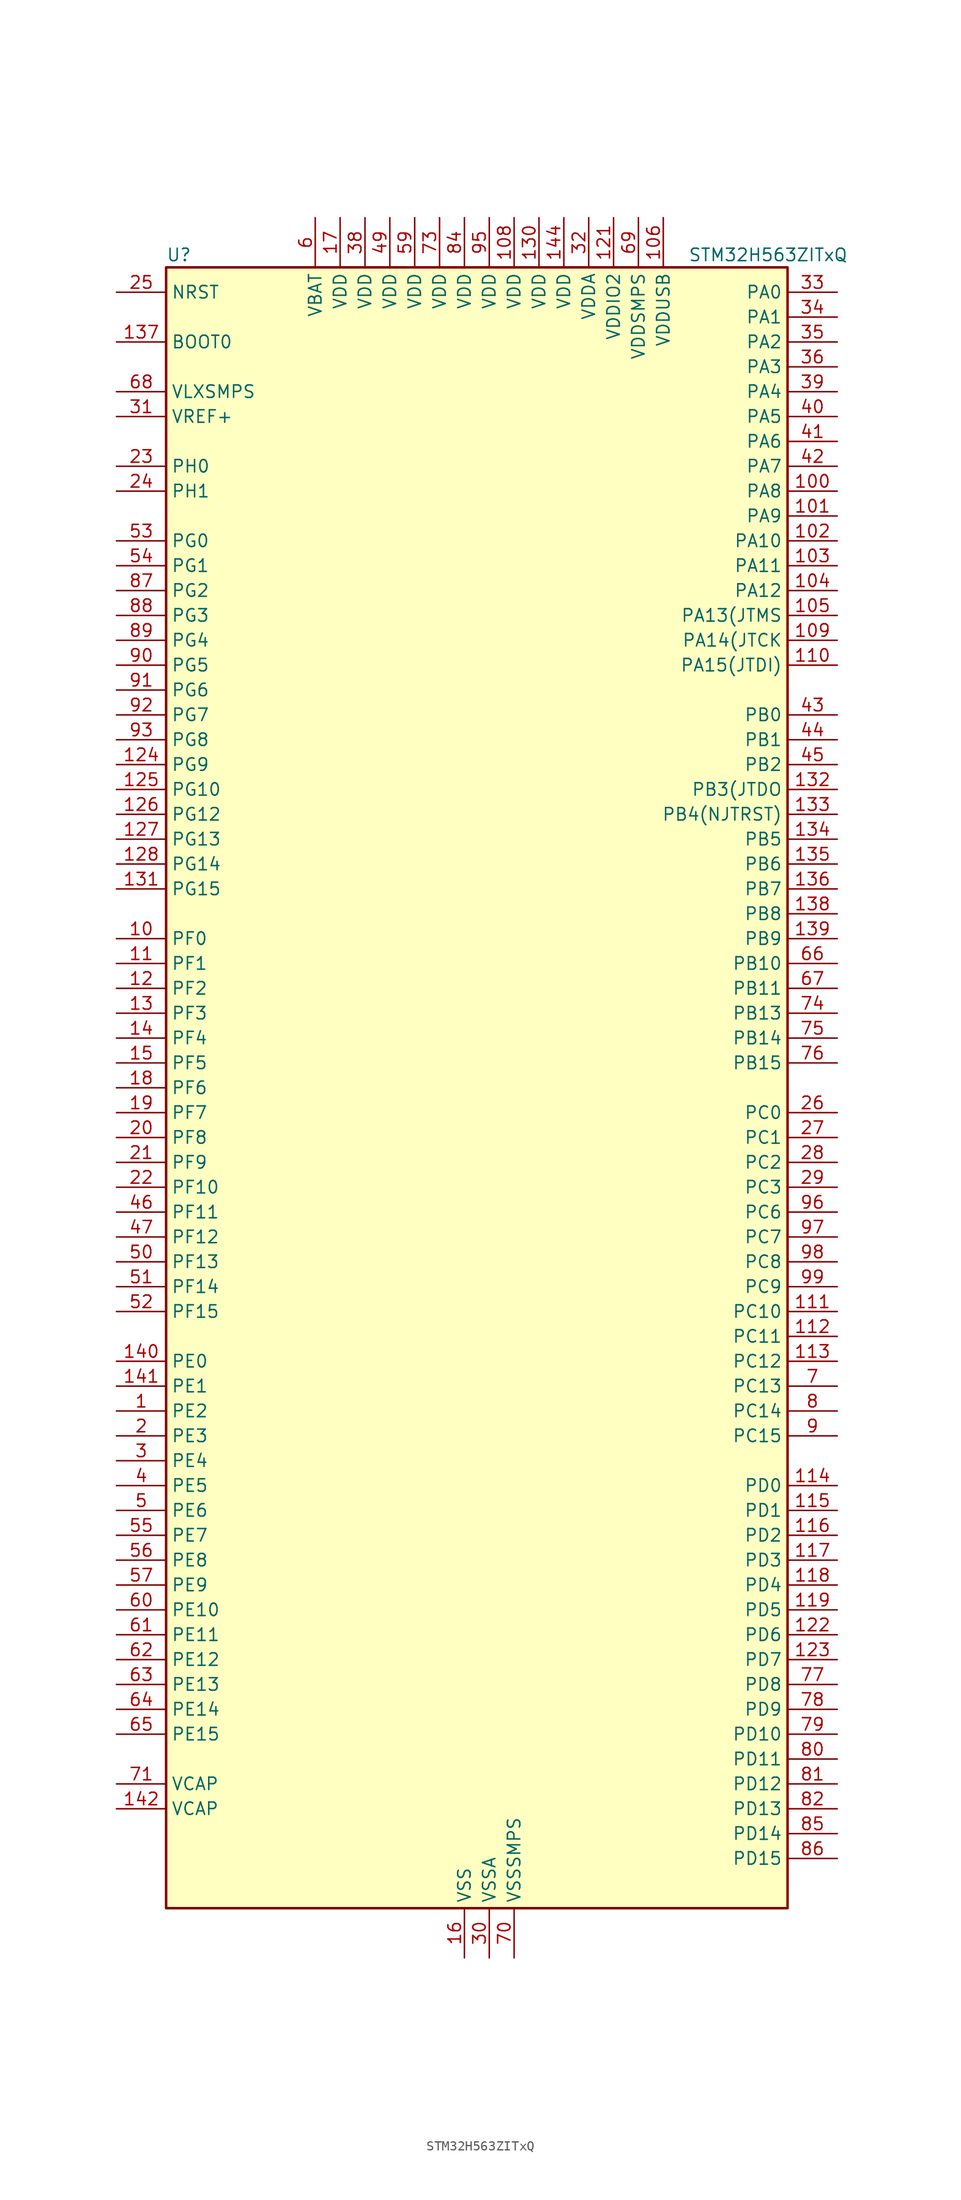
<source format=kicad_sym>
(kicad_symbol_lib
  (version 20231120)
  (generator "kicad_symbol_editor")
  (generator_version "8.0")
  (symbol "STM32H563ZITxQ"
    (property "Reference" "U"
      (at -30.48 85.09 0)
      (effects (font (size 1.27 1.27)) (justify left)))
    (property "Value" "STM32H563ZITxQ"
      (at 22.86 85.09 0)
      (effects (font (size 1.27 1.27)) (justify left)))
    (property "ki_locked" ""
      (at 0 0 0)
      (effects (font (size 1.27 1.27))))
    (symbol "STM32H563ZITxQ_0_1"
      (rectangle (start -30.48 -83.82) (end 33.02 83.82) (stroke (width 0.254) (type default)) (fill (type background))))
    (symbol "STM32H563ZITxQ_1_1"
      (pin bidirectional line (at -35.56 -33.02 0) (length 5.08) (name "PE2" (effects (font (size 1.27 1.27)))) (number "1" (effects (font (size 1.27 1.27)))) (alternate "DCMI_D3" bidirectional line) (alternate "DEBUG_TRACECLK" bidirectional line) (alternate "FMC_A23" bidirectional line) (alternate "LPTIM1_IN2" bidirectional line) (alternate "OCTOSPI1_IO2" bidirectional line) (alternate "PSSI_D3" bidirectional line) (alternate "SAI1_CK1" bidirectional line) (alternate "SAI1_MCLK_A" bidirectional line) (alternate "SPI4_SCK" bidirectional line) (alternate "UART8_TX" bidirectional line) (alternate "USART10_RX" bidirectional line))
      (pin bidirectional line (at -35.56 15.24 0) (length 5.08) (name "PF0" (effects (font (size 1.27 1.27)))) (number "10" (effects (font (size 1.27 1.27)))) (alternate "FMC_A0" bidirectional line) (alternate "I2C2_SDA" bidirectional line) (alternate "LPTIM5_CH1" bidirectional line))
      (pin bidirectional line (at 38.1 60.96 180) (length 5.08) (name "PA8" (effects (font (size 1.27 1.27)))) (number "100" (effects (font (size 1.27 1.27)))) (alternate "DCMI_D3" bidirectional line) (alternate "FMC_NOE" bidirectional line) (alternate "I2C3_SCL" bidirectional line) (alternate "PSSI_D3" bidirectional line) (alternate "RCC_MCO_1" bidirectional line) (alternate "SPI1_RDY" bidirectional line) (alternate "TIM1_CH1" bidirectional line) (alternate "TIM8_BKIN2" bidirectional line) (alternate "UART7_RX" bidirectional line) (alternate "USART1_CK" bidirectional line) (alternate "USB_SOF" bidirectional line))
      (pin bidirectional line (at 38.1 58.42 180) (length 5.08) (name "PA9" (effects (font (size 1.27 1.27)))) (number "101" (effects (font (size 1.27 1.27)))) (alternate "DAC1_EXTI9" bidirectional line) (alternate "DCMI_D0" bidirectional line) (alternate "FMC_NWE" bidirectional line) (alternate "I2C3_SMBA" bidirectional line) (alternate "I2S2_CK" bidirectional line) (alternate "LPUART1_TX" bidirectional line) (alternate "PSSI_D0" bidirectional line) (alternate "SPI2_SCK" bidirectional line) (alternate "TIM1_CH2" bidirectional line) (alternate "UCPD1_DB1" bidirectional line) (alternate "USART1_TX" bidirectional line))
      (pin bidirectional line (at 38.1 55.88 180) (length 5.08) (name "PA10" (effects (font (size 1.27 1.27)))) (number "102" (effects (font (size 1.27 1.27)))) (alternate "DCMI_D1" bidirectional line) (alternate "FDCAN2_TX" bidirectional line) (alternate "LPTIM2_IN2" bidirectional line) (alternate "LPUART1_RX" bidirectional line) (alternate "PSSI_D1" bidirectional line) (alternate "SDMMC1_D0" bidirectional line) (alternate "TIM1_CH3" bidirectional line) (alternate "UCPD1_FRSTX" bidirectional line) (alternate "USART1_RX" bidirectional line))
      (pin bidirectional line (at 38.1 53.34 180) (length 5.08) (name "PA11" (effects (font (size 1.27 1.27)))) (number "103" (effects (font (size 1.27 1.27)))) (alternate "ADC1_EXTI11" bidirectional line) (alternate "ADC2_EXTI11" bidirectional line) (alternate "FDCAN1_RX" bidirectional line) (alternate "I2S2_WS" bidirectional line) (alternate "LPUART1_CTS" bidirectional line) (alternate "SPI2_NSS" bidirectional line) (alternate "TIM1_CH4" bidirectional line) (alternate "UART4_RX" bidirectional line) (alternate "USART1_CTS" bidirectional line) (alternate "USART1_NSS" bidirectional line) (alternate "USB_DM" bidirectional line))
      (pin bidirectional line (at 38.1 50.8 180) (length 5.08) (name "PA12" (effects (font (size 1.27 1.27)))) (number "104" (effects (font (size 1.27 1.27)))) (alternate "FDCAN1_TX" bidirectional line) (alternate "I2S2_CK" bidirectional line) (alternate "LPUART1_RTS" bidirectional line) (alternate "SAI2_FS_B" bidirectional line) (alternate "SPI2_SCK" bidirectional line) (alternate "TIM1_ETR" bidirectional line) (alternate "UART4_TX" bidirectional line) (alternate "USART1_RTS" bidirectional line) (alternate "USB_DP" bidirectional line))
      (pin bidirectional line (at 38.1 48.26 180) (length 5.08) (name "PA13(JTMS" (effects (font (size 1.27 1.27)))) (number "105" (effects (font (size 1.27 1.27)))) (alternate "DEBUG_JTMS-SWDIO" bidirectional line))
      (pin power_in line (at 20.32 88.9 270) (length 5.08) (name "VDDUSB" (effects (font (size 1.27 1.27)))) (number "106" (effects (font (size 1.27 1.27)))))
      (pin passive line (at 0 -88.9 90) (length 5.08) hide (name "VSS" (effects (font (size 1.27 1.27)))) (number "107" (effects (font (size 1.27 1.27)))))
      (pin power_in line (at 5.08 88.9 270) (length 5.08) (name "VDD" (effects (font (size 1.27 1.27)))) (number "108" (effects (font (size 1.27 1.27)))))
      (pin bidirectional line (at 38.1 45.72 180) (length 5.08) (name "PA14(JTCK" (effects (font (size 1.27 1.27)))) (number "109" (effects (font (size 1.27 1.27)))) (alternate "DEBUG_JTCK-SWCLK" bidirectional line))
      (pin bidirectional line (at -35.56 12.7 0) (length 5.08) (name "PF1" (effects (font (size 1.27 1.27)))) (number "11" (effects (font (size 1.27 1.27)))) (alternate "FMC_A1" bidirectional line) (alternate "I2C2_SCL" bidirectional line) (alternate "LPTIM5_CH2" bidirectional line))
      (pin bidirectional line (at 38.1 43.18 180) (length 5.08) (name "PA15(JTDI)" (effects (font (size 1.27 1.27)))) (number "110" (effects (font (size 1.27 1.27)))) (alternate "ADC1_EXTI15" bidirectional line) (alternate "ADC2_EXTI15" bidirectional line) (alternate "CEC" bidirectional line) (alternate "DCMI_D11" bidirectional line) (alternate "DEBUG_JTDI" bidirectional line) (alternate "FMC_NBL1" bidirectional line) (alternate "I2S1_WS" bidirectional line) (alternate "I2S3_WS" bidirectional line) (alternate "LPTIM3_IN2" bidirectional line) (alternate "PSSI_D11" bidirectional line) (alternate "SPI1_NSS" bidirectional line) (alternate "SPI3_NSS" bidirectional line) (alternate "SPI6_NSS" bidirectional line) (alternate "TIM2_CH1" bidirectional line) (alternate "TIM2_ETR" bidirectional line) (alternate "UART4_DE" bidirectional line) (alternate "UART4_RTS" bidirectional line) (alternate "UART7_TX" bidirectional line))
      (pin bidirectional line (at 38.1 -22.86 180) (length 5.08) (name "PC10" (effects (font (size 1.27 1.27)))) (number "111" (effects (font (size 1.27 1.27)))) (alternate "DCMI_D8" bidirectional line) (alternate "I2S3_CK" bidirectional line) (alternate "LPTIM3_ETR" bidirectional line) (alternate "OCTOSPI1_IO1" bidirectional line) (alternate "PSSI_D8" bidirectional line) (alternate "SDMMC1_D2" bidirectional line) (alternate "SPI3_SCK" bidirectional line) (alternate "UART4_TX" bidirectional line) (alternate "USART3_TX" bidirectional line))
      (pin bidirectional line (at 38.1 -25.4 180) (length 5.08) (name "PC11" (effects (font (size 1.27 1.27)))) (number "112" (effects (font (size 1.27 1.27)))) (alternate "ADC1_EXTI11" bidirectional line) (alternate "ADC2_EXTI11" bidirectional line) (alternate "DCMI_D4" bidirectional line) (alternate "I2S3_SDI" bidirectional line) (alternate "LPTIM3_IN1" bidirectional line) (alternate "OCTOSPI1_NCS" bidirectional line) (alternate "PSSI_D4" bidirectional line) (alternate "SDMMC1_D3" bidirectional line) (alternate "SPI3_MISO" bidirectional line) (alternate "UART4_RX" bidirectional line) (alternate "USART3_RX" bidirectional line))
      (pin bidirectional line (at 38.1 -27.94 180) (length 5.08) (name "PC12" (effects (font (size 1.27 1.27)))) (number "113" (effects (font (size 1.27 1.27)))) (alternate "DCMI_D9" bidirectional line) (alternate "DEBUG_TRACED3" bidirectional line) (alternate "I2S3_SDO" bidirectional line) (alternate "PSSI_D9" bidirectional line) (alternate "SDMMC1_CK" bidirectional line) (alternate "SPI3_MOSI" bidirectional line) (alternate "SPI6_SCK" bidirectional line) (alternate "TIM15_CH1" bidirectional line) (alternate "UART5_TX" bidirectional line) (alternate "USART3_CK" bidirectional line))
      (pin bidirectional line (at 38.1 -40.64 180) (length 5.08) (name "PD0" (effects (font (size 1.27 1.27)))) (number "114" (effects (font (size 1.27 1.27)))) (alternate "FDCAN1_RX" bidirectional line) (alternate "FMC_D2" bidirectional line) (alternate "FMC_DA2" bidirectional line) (alternate "TIM8_CH4N" bidirectional line) (alternate "UART4_RX" bidirectional line) (alternate "UART9_CTS" bidirectional line))
      (pin bidirectional line (at 38.1 -43.18 180) (length 5.08) (name "PD1" (effects (font (size 1.27 1.27)))) (number "115" (effects (font (size 1.27 1.27)))) (alternate "FDCAN1_TX" bidirectional line) (alternate "FMC_D3" bidirectional line) (alternate "FMC_DA3" bidirectional line) (alternate "UART4_TX" bidirectional line))
      (pin bidirectional line (at 38.1 -45.72 180) (length 5.08) (name "PD2" (effects (font (size 1.27 1.27)))) (number "116" (effects (font (size 1.27 1.27)))) (alternate "DCMI_D11" bidirectional line) (alternate "DEBUG_TRACED2" bidirectional line) (alternate "LPTIM4_ETR" bidirectional line) (alternate "PSSI_D11" bidirectional line) (alternate "PWR_WKUP7" bidirectional line) (alternate "SDMMC1_CMD" bidirectional line) (alternate "TIM15_BKIN" bidirectional line) (alternate "TIM3_ETR" bidirectional line) (alternate "UART5_RX" bidirectional line))
      (pin bidirectional line (at 38.1 -48.26 180) (length 5.08) (name "PD3" (effects (font (size 1.27 1.27)))) (number "117" (effects (font (size 1.27 1.27)))) (alternate "DCMI_D5" bidirectional line) (alternate "FMC_CLK" bidirectional line) (alternate "I2S2_CK" bidirectional line) (alternate "PSSI_D5" bidirectional line) (alternate "PWR_WKUP8" bidirectional line) (alternate "SPI2_SCK" bidirectional line) (alternate "USART2_CTS" bidirectional line) (alternate "USART2_NSS" bidirectional line))
      (pin bidirectional line (at 38.1 -50.8 180) (length 5.08) (name "PD4" (effects (font (size 1.27 1.27)))) (number "118" (effects (font (size 1.27 1.27)))) (alternate "FMC_NOE" bidirectional line) (alternate "OCTOSPI1_IO4" bidirectional line) (alternate "USART2_RTS" bidirectional line))
      (pin bidirectional line (at 38.1 -53.34 180) (length 5.08) (name "PD5" (effects (font (size 1.27 1.27)))) (number "119" (effects (font (size 1.27 1.27)))) (alternate "FDCAN1_TX" bidirectional line) (alternate "FMC_NWE" bidirectional line) (alternate "OCTOSPI1_IO5" bidirectional line) (alternate "SPI2_RDY" bidirectional line) (alternate "TIM1_CH4N" bidirectional line) (alternate "USART2_TX" bidirectional line))
      (pin bidirectional line (at -35.56 10.16 0) (length 5.08) (name "PF2" (effects (font (size 1.27 1.27)))) (number "12" (effects (font (size 1.27 1.27)))) (alternate "FMC_A2" bidirectional line) (alternate "I2C2_SMBA" bidirectional line) (alternate "LPTIM3_CH2" bidirectional line) (alternate "LPTIM3_IN2" bidirectional line) (alternate "LPTIM5_IN1" bidirectional line) (alternate "UART12_TX" bidirectional line) (alternate "USART11_CK" bidirectional line))
      (pin passive line (at 0 -88.9 90) (length 5.08) hide (name "VSS" (effects (font (size 1.27 1.27)))) (number "120" (effects (font (size 1.27 1.27)))))
      (pin power_in line (at 15.24 88.9 270) (length 5.08) (name "VDDIO2" (effects (font (size 1.27 1.27)))) (number "121" (effects (font (size 1.27 1.27)))))
      (pin bidirectional line (at 38.1 -55.88 180) (length 5.08) (name "PD6" (effects (font (size 1.27 1.27)))) (number "122" (effects (font (size 1.27 1.27)))) (alternate "DCMI_D10" bidirectional line) (alternate "FMC_NWAIT" bidirectional line) (alternate "I2S3_SDO" bidirectional line) (alternate "OCTOSPI1_IO6" bidirectional line) (alternate "PSSI_D10" bidirectional line) (alternate "SAI1_D1" bidirectional line) (alternate "SAI1_SD_A" bidirectional line) (alternate "SDMMC2_CK" bidirectional line) (alternate "SPI3_MOSI" bidirectional line) (alternate "USART2_RX" bidirectional line))
      (pin bidirectional line (at 38.1 -58.42 180) (length 5.08) (name "PD7" (effects (font (size 1.27 1.27)))) (number "123" (effects (font (size 1.27 1.27)))) (alternate "FMC_NCE" bidirectional line) (alternate "FMC_NE1" bidirectional line) (alternate "I2S1_SDO" bidirectional line) (alternate "LPTIM4_OUT" bidirectional line) (alternate "OCTOSPI1_IO7" bidirectional line) (alternate "SDMMC2_CMD" bidirectional line) (alternate "SPI1_MOSI" bidirectional line) (alternate "USART2_CK" bidirectional line))
      (pin bidirectional line (at -35.56 33.02 0) (length 5.08) (name "PG9" (effects (font (size 1.27 1.27)))) (number "124" (effects (font (size 1.27 1.27)))) (alternate "DAC1_EXTI9" bidirectional line) (alternate "DCMI_VSYNC" bidirectional line) (alternate "FMC_NCE" bidirectional line) (alternate "FMC_NE2" bidirectional line) (alternate "I2S1_SDI" bidirectional line) (alternate "OCTOSPI1_IO6" bidirectional line) (alternate "PSSI_RDY" bidirectional line) (alternate "SAI2_FS_B" bidirectional line) (alternate "SDMMC2_D0" bidirectional line) (alternate "SPI1_MISO" bidirectional line) (alternate "USART6_RX" bidirectional line))
      (pin bidirectional line (at -35.56 30.48 0) (length 5.08) (name "PG10" (effects (font (size 1.27 1.27)))) (number "125" (effects (font (size 1.27 1.27)))) (alternate "DCMI_D2" bidirectional line) (alternate "FMC_NE3" bidirectional line) (alternate "I2S1_WS" bidirectional line) (alternate "PSSI_D2" bidirectional line) (alternate "SAI2_SD_B" bidirectional line) (alternate "SDMMC2_D1" bidirectional line) (alternate "SPI1_NSS" bidirectional line))
      (pin bidirectional line (at -35.56 27.94 0) (length 5.08) (name "PG12" (effects (font (size 1.27 1.27)))) (number "126" (effects (font (size 1.27 1.27)))) (alternate "DCMI_D11" bidirectional line) (alternate "FMC_NE4" bidirectional line) (alternate "LPTIM1_IN1" bidirectional line) (alternate "LPTIM5_CH1" bidirectional line) (alternate "PSSI_D11" bidirectional line) (alternate "PSSI_D15" bidirectional line) (alternate "SDMMC2_D3" bidirectional line) (alternate "SPI6_MISO" bidirectional line) (alternate "USART10_TX" bidirectional line) (alternate "USART6_RTS" bidirectional line))
      (pin bidirectional line (at -35.56 25.4 0) (length 5.08) (name "PG13" (effects (font (size 1.27 1.27)))) (number "127" (effects (font (size 1.27 1.27)))) (alternate "DEBUG_TRACED0" bidirectional line) (alternate "FMC_A24" bidirectional line) (alternate "LPTIM1_CH1" bidirectional line) (alternate "LPTIM5_CH2" bidirectional line) (alternate "SDMMC2_D6" bidirectional line) (alternate "SPI6_SCK" bidirectional line) (alternate "USART10_CTS" bidirectional line) (alternate "USART10_NSS" bidirectional line) (alternate "USART6_CTS" bidirectional line) (alternate "USART6_NSS" bidirectional line))
      (pin bidirectional line (at -35.56 22.86 0) (length 5.08) (name "PG14" (effects (font (size 1.27 1.27)))) (number "128" (effects (font (size 1.27 1.27)))) (alternate "DEBUG_TRACED1" bidirectional line) (alternate "FMC_A25" bidirectional line) (alternate "LPTIM1_CH2" bidirectional line) (alternate "LPTIM1_ETR" bidirectional line) (alternate "LPTIM5_IN1" bidirectional line) (alternate "OCTOSPI1_IO7" bidirectional line) (alternate "SDMMC2_D7" bidirectional line) (alternate "SPI6_MOSI" bidirectional line) (alternate "USART10_RTS" bidirectional line) (alternate "USART6_TX" bidirectional line))
      (pin passive line (at 0 -88.9 90) (length 5.08) hide (name "VSS" (effects (font (size 1.27 1.27)))) (number "129" (effects (font (size 1.27 1.27)))))
      (pin bidirectional line (at -35.56 7.62 0) (length 5.08) (name "PF3" (effects (font (size 1.27 1.27)))) (number "13" (effects (font (size 1.27 1.27)))) (alternate "FMC_A3" bidirectional line) (alternate "LPTIM3_IN1" bidirectional line) (alternate "LPTIM5_IN2" bidirectional line) (alternate "USART11_TX" bidirectional line))
      (pin power_in line (at 7.62 88.9 270) (length 5.08) (name "VDD" (effects (font (size 1.27 1.27)))) (number "130" (effects (font (size 1.27 1.27)))))
      (pin bidirectional line (at -35.56 20.32 0) (length 5.08) (name "PG15" (effects (font (size 1.27 1.27)))) (number "131" (effects (font (size 1.27 1.27)))) (alternate "ADC1_EXTI15" bidirectional line) (alternate "ADC2_EXTI15" bidirectional line) (alternate "DCMI_D13" bidirectional line) (alternate "FMC_SDNCAS" bidirectional line) (alternate "PSSI_D13" bidirectional line) (alternate "SPI4_RDY" bidirectional line) (alternate "USART10_CK" bidirectional line) (alternate "USART6_CTS" bidirectional line) (alternate "USART6_NSS" bidirectional line))
      (pin bidirectional line (at 38.1 30.48 180) (length 5.08) (name "PB3(JTDO" (effects (font (size 1.27 1.27)))) (number "132" (effects (font (size 1.27 1.27)))) (alternate "CRS_SYNC" bidirectional line) (alternate "DEBUG_JTDO-SWO" bidirectional line) (alternate "I2C2_SDA" bidirectional line) (alternate "I2S1_CK" bidirectional line) (alternate "I2S3_CK" bidirectional line) (alternate "LPTIM6_ETR" bidirectional line) (alternate "SDMMC2_D2" bidirectional line) (alternate "SPI1_SCK" bidirectional line) (alternate "SPI3_SCK" bidirectional line) (alternate "SPI6_SCK" bidirectional line) (alternate "TIM2_CH2" bidirectional line) (alternate "UART12_CTS" bidirectional line) (alternate "UART7_RX" bidirectional line))
      (pin bidirectional line (at 38.1 27.94 180) (length 5.08) (name "PB4(NJTRST)" (effects (font (size 1.27 1.27)))) (number "133" (effects (font (size 1.27 1.27)))) (alternate "DCMI_D7" bidirectional line) (alternate "DEBUG_JTRST" bidirectional line) (alternate "I2S1_SDI" bidirectional line) (alternate "I2S2_WS" bidirectional line) (alternate "I2S3_SDI" bidirectional line) (alternate "LPTIM1_CH2" bidirectional line) (alternate "OCTOSPI1_CLK" bidirectional line) (alternate "PSSI_D7" bidirectional line) (alternate "SDMMC2_D3" bidirectional line) (alternate "SPI1_MISO" bidirectional line) (alternate "SPI2_NSS" bidirectional line) (alternate "SPI3_MISO" bidirectional line) (alternate "SPI6_MISO" bidirectional line) (alternate "TIM16_BKIN" bidirectional line) (alternate "TIM3_CH1" bidirectional line) (alternate "UART7_TX" bidirectional line))
      (pin bidirectional line (at 38.1 25.4 180) (length 5.08) (name "PB5" (effects (font (size 1.27 1.27)))) (number "134" (effects (font (size 1.27 1.27)))) (alternate "DCMI_D10" bidirectional line) (alternate "FDCAN2_RX" bidirectional line) (alternate "FMC_SDCKE1" bidirectional line) (alternate "I2C1_SMBA" bidirectional line) (alternate "I2C4_SMBA" bidirectional line) (alternate "I2S1_SDO" bidirectional line) (alternate "I2S3_SDO" bidirectional line) (alternate "OCTOSPI1_NCLK" bidirectional line) (alternate "PSSI_D10" bidirectional line) (alternate "SPI1_MOSI" bidirectional line) (alternate "SPI3_MOSI" bidirectional line) (alternate "SPI6_MOSI" bidirectional line) (alternate "TIM17_BKIN" bidirectional line) (alternate "TIM3_CH2" bidirectional line) (alternate "UART5_RX" bidirectional line))
      (pin bidirectional line (at 38.1 22.86 180) (length 5.08) (name "PB6" (effects (font (size 1.27 1.27)))) (number "135" (effects (font (size 1.27 1.27)))) (alternate "CEC" bidirectional line) (alternate "DCMI_D5" bidirectional line) (alternate "FDCAN2_TX" bidirectional line) (alternate "FMC_SDNE1" bidirectional line) (alternate "I2C1_SCL" bidirectional line) (alternate "I2C4_SCL" bidirectional line) (alternate "I3C1_SCL" bidirectional line) (alternate "LPUART1_TX" bidirectional line) (alternate "OCTOSPI1_NCS" bidirectional line) (alternate "PSSI_D5" bidirectional line) (alternate "TIM16_CH1N" bidirectional line) (alternate "TIM4_CH1" bidirectional line) (alternate "UART5_TX" bidirectional line) (alternate "USART1_TX" bidirectional line))
      (pin bidirectional line (at 38.1 20.32 180) (length 5.08) (name "PB7" (effects (font (size 1.27 1.27)))) (number "136" (effects (font (size 1.27 1.27)))) (alternate "DCMI_VSYNC" bidirectional line) (alternate "FDCAN1_TX" bidirectional line) (alternate "FMC_NL" bidirectional line) (alternate "I2C1_SDA" bidirectional line) (alternate "I2C4_SDA" bidirectional line) (alternate "I3C1_SDA" bidirectional line) (alternate "LPUART1_RX" bidirectional line) (alternate "PSSI_RDY" bidirectional line) (alternate "PWR_WKUP5" bidirectional line) (alternate "SDMMC2_CKIN" bidirectional line) (alternate "SDMMC2_D5" bidirectional line) (alternate "TIM17_CH1N" bidirectional line) (alternate "TIM4_CH2" bidirectional line) (alternate "USART1_RX" bidirectional line))
      (pin input line (at -35.56 76.2 0) (length 5.08) (name "BOOT0" (effects (font (size 1.27 1.27)))) (number "137" (effects (font (size 1.27 1.27)))))
      (pin bidirectional line (at 38.1 17.78 180) (length 5.08) (name "PB8" (effects (font (size 1.27 1.27)))) (number "138" (effects (font (size 1.27 1.27)))) (alternate "DCMI_D6" bidirectional line) (alternate "FDCAN1_RX" bidirectional line) (alternate "I2C1_SCL" bidirectional line) (alternate "I2C4_SCL" bidirectional line) (alternate "I3C1_SCL" bidirectional line) (alternate "PSSI_D6" bidirectional line) (alternate "SDMMC1_CKIN" bidirectional line) (alternate "SDMMC1_D4" bidirectional line) (alternate "SDMMC2_D4" bidirectional line) (alternate "SPI4_RDY" bidirectional line) (alternate "TIM16_CH1" bidirectional line) (alternate "TIM4_CH3" bidirectional line) (alternate "UART4_RX" bidirectional line))
      (pin bidirectional line (at 38.1 15.24 180) (length 5.08) (name "PB9" (effects (font (size 1.27 1.27)))) (number "139" (effects (font (size 1.27 1.27)))) (alternate "DAC1_EXTI9" bidirectional line) (alternate "DCMI_D7" bidirectional line) (alternate "FDCAN1_TX" bidirectional line) (alternate "I2C1_SDA" bidirectional line) (alternate "I2C4_SDA" bidirectional line) (alternate "I2S2_WS" bidirectional line) (alternate "I3C1_SDA" bidirectional line) (alternate "PSSI_D7" bidirectional line) (alternate "SDMMC1_CDIR" bidirectional line) (alternate "SDMMC1_D5" bidirectional line) (alternate "SDMMC2_CKIN" bidirectional line) (alternate "SDMMC2_D5" bidirectional line) (alternate "SPI2_NSS" bidirectional line) (alternate "TIM17_CH1" bidirectional line) (alternate "TIM4_CH4" bidirectional line) (alternate "UART4_TX" bidirectional line))
      (pin bidirectional line (at -35.56 5.08 0) (length 5.08) (name "PF4" (effects (font (size 1.27 1.27)))) (number "14" (effects (font (size 1.27 1.27)))) (alternate "FMC_A4" bidirectional line) (alternate "LPTIM3_ETR" bidirectional line) (alternate "USART11_RX" bidirectional line))
      (pin bidirectional line (at -35.56 -27.94 0) (length 5.08) (name "PE0" (effects (font (size 1.27 1.27)))) (number "140" (effects (font (size 1.27 1.27)))) (alternate "DCMI_D2" bidirectional line) (alternate "FDCAN1_RX" bidirectional line) (alternate "FMC_NBL0" bidirectional line) (alternate "LPTIM1_ETR" bidirectional line) (alternate "LPTIM2_CH2" bidirectional line) (alternate "LPTIM2_ETR" bidirectional line) (alternate "PSSI_D2" bidirectional line) (alternate "SAI2_MCLK_A" bidirectional line) (alternate "SPI3_RDY" bidirectional line) (alternate "TIM4_ETR" bidirectional line) (alternate "UART8_RX" bidirectional line))
      (pin bidirectional line (at -35.56 -30.48 0) (length 5.08) (name "PE1" (effects (font (size 1.27 1.27)))) (number "141" (effects (font (size 1.27 1.27)))) (alternate "DCMI_D3" bidirectional line) (alternate "FDCAN1_TX" bidirectional line) (alternate "FMC_NBL1" bidirectional line) (alternate "LPTIM1_IN2" bidirectional line) (alternate "PSSI_D3" bidirectional line) (alternate "UART8_TX" bidirectional line))
      (pin power_out line (at -35.56 -73.66 0) (length 5.08) (name "VCAP" (effects (font (size 1.27 1.27)))) (number "142" (effects (font (size 1.27 1.27)))))
      (pin passive line (at 0 -88.9 90) (length 5.08) hide (name "VSS" (effects (font (size 1.27 1.27)))) (number "143" (effects (font (size 1.27 1.27)))))
      (pin power_in line (at 10.16 88.9 270) (length 5.08) (name "VDD" (effects (font (size 1.27 1.27)))) (number "144" (effects (font (size 1.27 1.27)))))
      (pin bidirectional line (at -35.56 2.54 0) (length 5.08) (name "PF5" (effects (font (size 1.27 1.27)))) (number "15" (effects (font (size 1.27 1.27)))) (alternate "FMC_A5" bidirectional line) (alternate "I2C4_SCL" bidirectional line) (alternate "I3C1_SCL" bidirectional line) (alternate "LPTIM3_CH1" bidirectional line) (alternate "LPTIM3_IN1" bidirectional line) (alternate "UART12_RX" bidirectional line) (alternate "USART11_CTS" bidirectional line) (alternate "USART11_NSS" bidirectional line))
      (pin power_in line (at 0 -88.9 90) (length 5.08) (name "VSS" (effects (font (size 1.27 1.27)))) (number "16" (effects (font (size 1.27 1.27)))))
      (pin power_in line (at -12.7 88.9 270) (length 5.08) (name "VDD" (effects (font (size 1.27 1.27)))) (number "17" (effects (font (size 1.27 1.27)))))
      (pin bidirectional line (at -35.56 0 0) (length 5.08) (name "PF6" (effects (font (size 1.27 1.27)))) (number "18" (effects (font (size 1.27 1.27)))) (alternate "LPTIM5_CH1" bidirectional line) (alternate "OCTOSPI1_IO3" bidirectional line) (alternate "SAI1_SD_B" bidirectional line) (alternate "SPI5_NSS" bidirectional line) (alternate "TIM16_CH1" bidirectional line) (alternate "UART7_RX" bidirectional line))
      (pin bidirectional line (at -35.56 -2.54 0) (length 5.08) (name "PF7" (effects (font (size 1.27 1.27)))) (number "19" (effects (font (size 1.27 1.27)))) (alternate "LPTIM5_CH2" bidirectional line) (alternate "OCTOSPI1_IO2" bidirectional line) (alternate "SAI1_MCLK_B" bidirectional line) (alternate "SPI5_SCK" bidirectional line) (alternate "TIM17_CH1" bidirectional line) (alternate "UART7_TX" bidirectional line))
      (pin bidirectional line (at -35.56 -35.56 0) (length 5.08) (name "PE3" (effects (font (size 1.27 1.27)))) (number "2" (effects (font (size 1.27 1.27)))) (alternate "DEBUG_TRACED0" bidirectional line) (alternate "FMC_A19" bidirectional line) (alternate "SAI1_SD_B" bidirectional line) (alternate "TAMP_IN6" bidirectional line) (alternate "TAMP_OUT3" bidirectional line) (alternate "TIM15_BKIN" bidirectional line) (alternate "USART10_TX" bidirectional line))
      (pin bidirectional line (at -35.56 -5.08 0) (length 5.08) (name "PF8" (effects (font (size 1.27 1.27)))) (number "20" (effects (font (size 1.27 1.27)))) (alternate "LPTIM5_IN1" bidirectional line) (alternate "OCTOSPI1_IO0" bidirectional line) (alternate "SAI1_SCK_B" bidirectional line) (alternate "SPI5_MISO" bidirectional line) (alternate "TIM13_CH1" bidirectional line) (alternate "TIM16_CH1N" bidirectional line) (alternate "UART7_RTS" bidirectional line))
      (pin bidirectional line (at -35.56 -7.62 0) (length 5.08) (name "PF9" (effects (font (size 1.27 1.27)))) (number "21" (effects (font (size 1.27 1.27)))) (alternate "DAC1_EXTI9" bidirectional line) (alternate "LPTIM5_IN2" bidirectional line) (alternate "OCTOSPI1_IO1" bidirectional line) (alternate "SAI1_FS_B" bidirectional line) (alternate "SPI5_MOSI" bidirectional line) (alternate "TIM14_CH1" bidirectional line) (alternate "TIM17_CH1N" bidirectional line) (alternate "UART7_CTS" bidirectional line))
      (pin bidirectional line (at -35.56 -10.16 0) (length 5.08) (name "PF10" (effects (font (size 1.27 1.27)))) (number "22" (effects (font (size 1.27 1.27)))) (alternate "DCMI_D11" bidirectional line) (alternate "OCTOSPI1_CLK" bidirectional line) (alternate "PSSI_D11" bidirectional line) (alternate "PSSI_D15" bidirectional line) (alternate "SAI1_D3" bidirectional line) (alternate "TIM16_BKIN" bidirectional line))
      (pin bidirectional line (at -35.56 63.5 0) (length 5.08) (name "PH0" (effects (font (size 1.27 1.27)))) (number "23" (effects (font (size 1.27 1.27)))) (alternate "RCC_OSC_IN" bidirectional line))
      (pin bidirectional line (at -35.56 60.96 0) (length 5.08) (name "PH1" (effects (font (size 1.27 1.27)))) (number "24" (effects (font (size 1.27 1.27)))) (alternate "RCC_OSC_OUT" bidirectional line))
      (pin input line (at -35.56 81.28 0) (length 5.08) (name "NRST" (effects (font (size 1.27 1.27)))) (number "25" (effects (font (size 1.27 1.27)))))
      (pin bidirectional line (at 38.1 -2.54 180) (length 5.08) (name "PC0" (effects (font (size 1.27 1.27)))) (number "26" (effects (font (size 1.27 1.27)))) (alternate "ADC1_INP10" bidirectional line) (alternate "ADC2_INP10" bidirectional line) (alternate "FMC_A25" bidirectional line) (alternate "FMC_SDNWE" bidirectional line) (alternate "OCTOSPI1_IO7" bidirectional line) (alternate "SAI1_MCLK_A" bidirectional line) (alternate "SAI2_FS_B" bidirectional line) (alternate "SPI2_RDY" bidirectional line) (alternate "TIM16_BKIN" bidirectional line))
      (pin bidirectional line (at 38.1 -5.08 180) (length 5.08) (name "PC1" (effects (font (size 1.27 1.27)))) (number "27" (effects (font (size 1.27 1.27)))) (alternate "ADC1_INN10" bidirectional line) (alternate "ADC1_INP11" bidirectional line) (alternate "ADC2_INN10" bidirectional line) (alternate "ADC2_INP11" bidirectional line) (alternate "DEBUG_TRACED0" bidirectional line) (alternate "I2S2_SDO" bidirectional line) (alternate "OCTOSPI1_IO4" bidirectional line) (alternate "PWR_WKUP6" bidirectional line) (alternate "SAI1_D1" bidirectional line) (alternate "SAI1_SD_A" bidirectional line) (alternate "SAI2_SD_A" bidirectional line) (alternate "SDMMC2_CK" bidirectional line) (alternate "SPI2_MOSI" bidirectional line) (alternate "TAMP_IN3" bidirectional line) (alternate "TAMP_OUT5" bidirectional line) (alternate "USART11_RTS" bidirectional line))
      (pin bidirectional line (at 38.1 -7.62 180) (length 5.08) (name "PC2" (effects (font (size 1.27 1.27)))) (number "28" (effects (font (size 1.27 1.27)))) (alternate "ADC1_INN11" bidirectional line) (alternate "ADC1_INP12" bidirectional line) (alternate "ADC2_INN11" bidirectional line) (alternate "ADC2_INP12" bidirectional line) (alternate "FMC_SDNE0" bidirectional line) (alternate "I2S2_SDI" bidirectional line) (alternate "OCTOSPI1_IO2" bidirectional line) (alternate "OCTOSPI1_IO5" bidirectional line) (alternate "PWR_CSLEEP" bidirectional line) (alternate "SPI2_MISO" bidirectional line) (alternate "TIM17_CH1" bidirectional line) (alternate "TIM4_CH4" bidirectional line))
      (pin bidirectional line (at 38.1 -10.16 180) (length 5.08) (name "PC3" (effects (font (size 1.27 1.27)))) (number "29" (effects (font (size 1.27 1.27)))) (alternate "ADC1_INN12" bidirectional line) (alternate "ADC1_INP13" bidirectional line) (alternate "ADC2_INN12" bidirectional line) (alternate "ADC2_INP13" bidirectional line) (alternate "FMC_SDCKE0" bidirectional line) (alternate "I2S2_SDO" bidirectional line) (alternate "LPTIM3_CH1" bidirectional line) (alternate "OCTOSPI1_IO0" bidirectional line) (alternate "OCTOSPI1_IO6" bidirectional line) (alternate "PWR_CSTOP" bidirectional line) (alternate "SAI1_D3" bidirectional line) (alternate "SPI2_MOSI" bidirectional line))
      (pin bidirectional line (at -35.56 -38.1 0) (length 5.08) (name "PE4" (effects (font (size 1.27 1.27)))) (number "3" (effects (font (size 1.27 1.27)))) (alternate "DCMI_D4" bidirectional line) (alternate "DEBUG_TRACED1" bidirectional line) (alternate "FMC_A20" bidirectional line) (alternate "PSSI_D4" bidirectional line) (alternate "SAI1_D2" bidirectional line) (alternate "SAI1_FS_A" bidirectional line) (alternate "SPI4_NSS" bidirectional line) (alternate "TAMP_IN7" bidirectional line) (alternate "TAMP_OUT8" bidirectional line) (alternate "TIM15_CH1N" bidirectional line))
      (pin power_in line (at 2.54 -88.9 90) (length 5.08) (name "VSSA" (effects (font (size 1.27 1.27)))) (number "30" (effects (font (size 1.27 1.27)))))
      (pin input line (at -35.56 68.58 0) (length 5.08) (name "VREF+" (effects (font (size 1.27 1.27)))) (number "31" (effects (font (size 1.27 1.27)))))
      (pin power_in line (at 12.7 88.9 270) (length 5.08) (name "VDDA" (effects (font (size 1.27 1.27)))) (number "32" (effects (font (size 1.27 1.27)))))
      (pin bidirectional line (at 38.1 81.28 180) (length 5.08) (name "PA0" (effects (font (size 1.27 1.27)))) (number "33" (effects (font (size 1.27 1.27)))) (alternate "ADC1_INN1" bidirectional line) (alternate "ADC1_INP0" bidirectional line) (alternate "ADC2_INN1" bidirectional line) (alternate "ADC2_INP0" bidirectional line) (alternate "PWR_WKUP1" bidirectional line) (alternate "SAI2_SD_B" bidirectional line) (alternate "SDMMC2_CMD" bidirectional line) (alternate "SPI3_RDY" bidirectional line) (alternate "SPI6_NSS" bidirectional line) (alternate "TAMP_IN2" bidirectional line) (alternate "TAMP_OUT1" bidirectional line) (alternate "TIM15_BKIN" bidirectional line) (alternate "TIM2_CH1" bidirectional line) (alternate "TIM2_ETR" bidirectional line) (alternate "TIM5_CH1" bidirectional line) (alternate "TIM8_ETR" bidirectional line) (alternate "UART4_TX" bidirectional line) (alternate "USART2_CTS" bidirectional line) (alternate "USART2_NSS" bidirectional line))
      (pin bidirectional line (at 38.1 78.74 180) (length 5.08) (name "PA1" (effects (font (size 1.27 1.27)))) (number "34" (effects (font (size 1.27 1.27)))) (alternate "ADC1_INP1" bidirectional line) (alternate "ADC2_INP1" bidirectional line) (alternate "LPTIM1_IN1" bidirectional line) (alternate "OCTOSPI1_DQS" bidirectional line) (alternate "OCTOSPI1_IO3" bidirectional line) (alternate "SAI2_MCLK_B" bidirectional line) (alternate "TAMP_IN5" bidirectional line) (alternate "TAMP_OUT4" bidirectional line) (alternate "TIM15_CH1N" bidirectional line) (alternate "TIM2_CH2" bidirectional line) (alternate "TIM5_CH2" bidirectional line) (alternate "UART4_RX" bidirectional line) (alternate "USART2_RTS" bidirectional line))
      (pin bidirectional line (at 38.1 76.2 180) (length 5.08) (name "PA2" (effects (font (size 1.27 1.27)))) (number "35" (effects (font (size 1.27 1.27)))) (alternate "ADC1_INP14" bidirectional line) (alternate "ADC2_INP14" bidirectional line) (alternate "LPTIM1_IN2" bidirectional line) (alternate "PWR_WKUP2" bidirectional line) (alternate "SAI2_SCK_B" bidirectional line) (alternate "TAMP_IN4" bidirectional line) (alternate "TAMP_OUT3" bidirectional line) (alternate "TIM15_CH1" bidirectional line) (alternate "TIM2_CH3" bidirectional line) (alternate "TIM5_CH3" bidirectional line) (alternate "USART2_TX" bidirectional line))
      (pin bidirectional line (at 38.1 73.66 180) (length 5.08) (name "PA3" (effects (font (size 1.27 1.27)))) (number "36" (effects (font (size 1.27 1.27)))) (alternate "ADC1_INP15" bidirectional line) (alternate "ADC2_INP15" bidirectional line) (alternate "I2S2_WS" bidirectional line) (alternate "OCTOSPI1_CLK" bidirectional line) (alternate "SAI1_SD_B" bidirectional line) (alternate "SPI2_NSS" bidirectional line) (alternate "TIM15_CH2" bidirectional line) (alternate "TIM2_CH4" bidirectional line) (alternate "TIM5_CH4" bidirectional line) (alternate "USART2_RX" bidirectional line))
      (pin passive line (at 0 -88.9 90) (length 5.08) hide (name "VSS" (effects (font (size 1.27 1.27)))) (number "37" (effects (font (size 1.27 1.27)))))
      (pin power_in line (at -10.16 88.9 270) (length 5.08) (name "VDD" (effects (font (size 1.27 1.27)))) (number "38" (effects (font (size 1.27 1.27)))))
      (pin bidirectional line (at 38.1 71.12 180) (length 5.08) (name "PA4" (effects (font (size 1.27 1.27)))) (number "39" (effects (font (size 1.27 1.27)))) (alternate "ADC1_INP18" bidirectional line) (alternate "ADC2_INP18" bidirectional line) (alternate "DAC1_OUT1" bidirectional line) (alternate "DCMI_HSYNC" bidirectional line) (alternate "I2S1_WS" bidirectional line) (alternate "I2S3_WS" bidirectional line) (alternate "LPTIM2_CH1" bidirectional line) (alternate "PSSI_DE" bidirectional line) (alternate "SPI1_NSS" bidirectional line) (alternate "SPI3_NSS" bidirectional line) (alternate "SPI6_NSS" bidirectional line) (alternate "TIM5_ETR" bidirectional line) (alternate "USART2_CK" bidirectional line))
      (pin bidirectional line (at -35.56 -40.64 0) (length 5.08) (name "PE5" (effects (font (size 1.27 1.27)))) (number "4" (effects (font (size 1.27 1.27)))) (alternate "DCMI_D6" bidirectional line) (alternate "DEBUG_TRACED2" bidirectional line) (alternate "FMC_A21" bidirectional line) (alternate "PSSI_D6" bidirectional line) (alternate "SAI1_CK2" bidirectional line) (alternate "SAI1_SCK_A" bidirectional line) (alternate "SPI4_MISO" bidirectional line) (alternate "TAMP_IN8" bidirectional line) (alternate "TAMP_OUT7" bidirectional line) (alternate "TIM15_CH1" bidirectional line))
      (pin bidirectional line (at 38.1 68.58 180) (length 5.08) (name "PA5" (effects (font (size 1.27 1.27)))) (number "40" (effects (font (size 1.27 1.27)))) (alternate "ADC1_INN18" bidirectional line) (alternate "ADC1_INP19" bidirectional line) (alternate "ADC2_INN18" bidirectional line) (alternate "ADC2_INP19" bidirectional line) (alternate "DAC1_OUT2" bidirectional line) (alternate "I2S1_CK" bidirectional line) (alternate "PSSI_D14" bidirectional line) (alternate "SPI1_SCK" bidirectional line) (alternate "SPI6_SCK" bidirectional line) (alternate "TIM2_CH1" bidirectional line) (alternate "TIM2_ETR" bidirectional line) (alternate "TIM8_CH1N" bidirectional line))
      (pin bidirectional line (at 38.1 66.04 180) (length 5.08) (name "PA6" (effects (font (size 1.27 1.27)))) (number "41" (effects (font (size 1.27 1.27)))) (alternate "ADC1_INP3" bidirectional line) (alternate "ADC2_INP3" bidirectional line) (alternate "DCMI_PIXCLK" bidirectional line) (alternate "I2S1_SDI" bidirectional line) (alternate "OCTOSPI1_IO3" bidirectional line) (alternate "PSSI_PDCK" bidirectional line) (alternate "SPI1_MISO" bidirectional line) (alternate "SPI6_MISO" bidirectional line) (alternate "TIM13_CH1" bidirectional line) (alternate "TIM1_BKIN" bidirectional line) (alternate "TIM3_CH1" bidirectional line) (alternate "TIM8_BKIN" bidirectional line) (alternate "USART11_TX" bidirectional line))
      (pin bidirectional line (at 38.1 63.5 180) (length 5.08) (name "PA7" (effects (font (size 1.27 1.27)))) (number "42" (effects (font (size 1.27 1.27)))) (alternate "ADC1_INN3" bidirectional line) (alternate "ADC1_INP7" bidirectional line) (alternate "ADC2_INN3" bidirectional line) (alternate "ADC2_INP7" bidirectional line) (alternate "FMC_NWE" bidirectional line) (alternate "FMC_SDNWE" bidirectional line) (alternate "I2S1_SDO" bidirectional line) (alternate "OCTOSPI1_IO2" bidirectional line) (alternate "SPI1_MOSI" bidirectional line) (alternate "SPI6_MOSI" bidirectional line) (alternate "TIM14_CH1" bidirectional line) (alternate "TIM1_CH1N" bidirectional line) (alternate "TIM3_CH2" bidirectional line) (alternate "TIM8_CH1N" bidirectional line) (alternate "USART11_RX" bidirectional line))
      (pin bidirectional line (at 38.1 38.1 180) (length 5.08) (name "PB0" (effects (font (size 1.27 1.27)))) (number "43" (effects (font (size 1.27 1.27)))) (alternate "ADC1_INN5" bidirectional line) (alternate "ADC1_INP9" bidirectional line) (alternate "ADC2_INN5" bidirectional line) (alternate "ADC2_INP9" bidirectional line) (alternate "LPTIM3_CH1" bidirectional line) (alternate "OCTOSPI1_IO1" bidirectional line) (alternate "TIM1_CH2N" bidirectional line) (alternate "TIM3_CH3" bidirectional line) (alternate "TIM8_CH2N" bidirectional line) (alternate "UART4_CTS" bidirectional line) (alternate "USART11_CK" bidirectional line))
      (pin bidirectional line (at 38.1 35.56 180) (length 5.08) (name "PB1" (effects (font (size 1.27 1.27)))) (number "44" (effects (font (size 1.27 1.27)))) (alternate "ADC1_INP5" bidirectional line) (alternate "ADC2_INP5" bidirectional line) (alternate "LPTIM3_CH2" bidirectional line) (alternate "OCTOSPI1_IO0" bidirectional line) (alternate "TIM1_CH3N" bidirectional line) (alternate "TIM3_CH4" bidirectional line) (alternate "TIM8_CH3N" bidirectional line))
      (pin bidirectional line (at 38.1 33.02 180) (length 5.08) (name "PB2" (effects (font (size 1.27 1.27)))) (number "45" (effects (font (size 1.27 1.27)))) (alternate "I2S3_SDO" bidirectional line) (alternate "LPTIM1_CH1" bidirectional line) (alternate "LPTIM5_ETR" bidirectional line) (alternate "OCTOSPI1_CLK" bidirectional line) (alternate "OCTOSPI1_DQS" bidirectional line) (alternate "RCC_LSCO" bidirectional line) (alternate "RTC_OUT2" bidirectional line) (alternate "SAI1_D1" bidirectional line) (alternate "SAI1_SD_A" bidirectional line) (alternate "SDMMC1_CMD" bidirectional line) (alternate "SPI1_RDY" bidirectional line) (alternate "SPI3_MOSI" bidirectional line) (alternate "TIM8_CH4N" bidirectional line))
      (pin bidirectional line (at -35.56 -12.7 0) (length 5.08) (name "PF11" (effects (font (size 1.27 1.27)))) (number "46" (effects (font (size 1.27 1.27)))) (alternate "ADC1_EXTI11" bidirectional line) (alternate "ADC1_INP2" bidirectional line) (alternate "ADC2_EXTI11" bidirectional line) (alternate "DCMI_D12" bidirectional line) (alternate "FMC_SDNRAS" bidirectional line) (alternate "LPTIM6_CH1" bidirectional line) (alternate "OCTOSPI1_NCLK" bidirectional line) (alternate "PSSI_D12" bidirectional line) (alternate "SAI2_SD_B" bidirectional line) (alternate "SPI5_MOSI" bidirectional line))
      (pin bidirectional line (at -35.56 -15.24 0) (length 5.08) (name "PF12" (effects (font (size 1.27 1.27)))) (number "47" (effects (font (size 1.27 1.27)))) (alternate "ADC1_INN2" bidirectional line) (alternate "ADC1_INP6" bidirectional line) (alternate "FMC_A6" bidirectional line) (alternate "LPTIM6_CH2" bidirectional line))
      (pin passive line (at 0 -88.9 90) (length 5.08) hide (name "VSS" (effects (font (size 1.27 1.27)))) (number "48" (effects (font (size 1.27 1.27)))))
      (pin power_in line (at -7.62 88.9 270) (length 5.08) (name "VDD" (effects (font (size 1.27 1.27)))) (number "49" (effects (font (size 1.27 1.27)))))
      (pin bidirectional line (at -35.56 -43.18 0) (length 5.08) (name "PE6" (effects (font (size 1.27 1.27)))) (number "5" (effects (font (size 1.27 1.27)))) (alternate "DCMI_D7" bidirectional line) (alternate "DEBUG_TRACED3" bidirectional line) (alternate "FMC_A22" bidirectional line) (alternate "PSSI_D7" bidirectional line) (alternate "SAI1_D1" bidirectional line) (alternate "SAI1_SD_A" bidirectional line) (alternate "SAI2_MCLK_B" bidirectional line) (alternate "SPI4_MOSI" bidirectional line) (alternate "TAMP_IN3" bidirectional line) (alternate "TAMP_OUT6" bidirectional line) (alternate "TIM15_CH2" bidirectional line) (alternate "TIM1_BKIN2" bidirectional line))
      (pin bidirectional line (at -35.56 -17.78 0) (length 5.08) (name "PF13" (effects (font (size 1.27 1.27)))) (number "50" (effects (font (size 1.27 1.27)))) (alternate "ADC2_INP2" bidirectional line) (alternate "FMC_A7" bidirectional line) (alternate "I2C4_SMBA" bidirectional line) (alternate "LPTIM6_IN1" bidirectional line))
      (pin bidirectional line (at -35.56 -20.32 0) (length 5.08) (name "PF14" (effects (font (size 1.27 1.27)))) (number "51" (effects (font (size 1.27 1.27)))) (alternate "ADC2_INN2" bidirectional line) (alternate "ADC2_INP6" bidirectional line) (alternate "FMC_A8" bidirectional line) (alternate "LPTIM6_IN2" bidirectional line))
      (pin bidirectional line (at -35.56 -22.86 0) (length 5.08) (name "PF15" (effects (font (size 1.27 1.27)))) (number "52" (effects (font (size 1.27 1.27)))) (alternate "ADC1_EXTI15" bidirectional line) (alternate "ADC2_EXTI15" bidirectional line) (alternate "FMC_A9" bidirectional line) (alternate "I2C4_SDA" bidirectional line) (alternate "I3C1_SDA" bidirectional line))
      (pin bidirectional line (at -35.56 55.88 0) (length 5.08) (name "PG0" (effects (font (size 1.27 1.27)))) (number "53" (effects (font (size 1.27 1.27)))) (alternate "FMC_A10" bidirectional line) (alternate "LPTIM4_IN1" bidirectional line) (alternate "UART9_RX" bidirectional line))
      (pin bidirectional line (at -35.56 53.34 0) (length 5.08) (name "PG1" (effects (font (size 1.27 1.27)))) (number "54" (effects (font (size 1.27 1.27)))) (alternate "FMC_A11" bidirectional line) (alternate "I2S2_SDO" bidirectional line) (alternate "SPI2_MOSI" bidirectional line) (alternate "UART9_TX" bidirectional line))
      (pin bidirectional line (at -35.56 -45.72 0) (length 5.08) (name "PE7" (effects (font (size 1.27 1.27)))) (number "55" (effects (font (size 1.27 1.27)))) (alternate "FMC_D4" bidirectional line) (alternate "FMC_DA4" bidirectional line) (alternate "OCTOSPI1_IO4" bidirectional line) (alternate "TIM1_ETR" bidirectional line) (alternate "UART12_RTS" bidirectional line) (alternate "UART7_RX" bidirectional line))
      (pin bidirectional line (at -35.56 -48.26 0) (length 5.08) (name "PE8" (effects (font (size 1.27 1.27)))) (number "56" (effects (font (size 1.27 1.27)))) (alternate "FMC_D5" bidirectional line) (alternate "FMC_DA5" bidirectional line) (alternate "OCTOSPI1_IO5" bidirectional line) (alternate "TIM1_CH1N" bidirectional line) (alternate "UART12_CTS" bidirectional line) (alternate "UART7_TX" bidirectional line))
      (pin bidirectional line (at -35.56 -50.8 0) (length 5.08) (name "PE9" (effects (font (size 1.27 1.27)))) (number "57" (effects (font (size 1.27 1.27)))) (alternate "DAC1_EXTI9" bidirectional line) (alternate "FMC_D6" bidirectional line) (alternate "FMC_DA6" bidirectional line) (alternate "OCTOSPI1_IO6" bidirectional line) (alternate "TIM1_CH1" bidirectional line) (alternate "UART12_RX" bidirectional line) (alternate "UART7_RTS" bidirectional line))
      (pin passive line (at 0 -88.9 90) (length 5.08) hide (name "VSS" (effects (font (size 1.27 1.27)))) (number "58" (effects (font (size 1.27 1.27)))))
      (pin power_in line (at -5.08 88.9 270) (length 5.08) (name "VDD" (effects (font (size 1.27 1.27)))) (number "59" (effects (font (size 1.27 1.27)))))
      (pin power_in line (at -15.24 88.9 270) (length 5.08) (name "VBAT" (effects (font (size 1.27 1.27)))) (number "6" (effects (font (size 1.27 1.27)))))
      (pin bidirectional line (at -35.56 -53.34 0) (length 5.08) (name "PE10" (effects (font (size 1.27 1.27)))) (number "60" (effects (font (size 1.27 1.27)))) (alternate "FMC_D7" bidirectional line) (alternate "FMC_DA7" bidirectional line) (alternate "OCTOSPI1_IO7" bidirectional line) (alternate "TIM1_CH2N" bidirectional line) (alternate "UART12_TX" bidirectional line) (alternate "UART7_CTS" bidirectional line))
      (pin bidirectional line (at -35.56 -55.88 0) (length 5.08) (name "PE11" (effects (font (size 1.27 1.27)))) (number "61" (effects (font (size 1.27 1.27)))) (alternate "ADC1_EXTI11" bidirectional line) (alternate "ADC2_EXTI11" bidirectional line) (alternate "FMC_D8" bidirectional line) (alternate "FMC_DA8" bidirectional line) (alternate "OCTOSPI1_NCS" bidirectional line) (alternate "SAI2_SD_B" bidirectional line) (alternate "SPI1_RDY" bidirectional line) (alternate "SPI4_NSS" bidirectional line) (alternate "TIM1_CH2" bidirectional line))
      (pin bidirectional line (at -35.56 -58.42 0) (length 5.08) (name "PE12" (effects (font (size 1.27 1.27)))) (number "62" (effects (font (size 1.27 1.27)))) (alternate "FMC_D9" bidirectional line) (alternate "FMC_DA9" bidirectional line) (alternate "SAI2_SCK_B" bidirectional line) (alternate "SPI4_SCK" bidirectional line) (alternate "TIM1_CH3N" bidirectional line))
      (pin bidirectional line (at -35.56 -60.96 0) (length 5.08) (name "PE13" (effects (font (size 1.27 1.27)))) (number "63" (effects (font (size 1.27 1.27)))) (alternate "FMC_D10" bidirectional line) (alternate "FMC_DA10" bidirectional line) (alternate "SAI2_FS_B" bidirectional line) (alternate "SPI4_MISO" bidirectional line) (alternate "TIM1_CH3" bidirectional line))
      (pin bidirectional line (at -35.56 -63.5 0) (length 5.08) (name "PE14" (effects (font (size 1.27 1.27)))) (number "64" (effects (font (size 1.27 1.27)))) (alternate "FMC_D11" bidirectional line) (alternate "FMC_DA11" bidirectional line) (alternate "SAI2_MCLK_B" bidirectional line) (alternate "SPI4_MOSI" bidirectional line) (alternate "TIM1_CH4" bidirectional line))
      (pin bidirectional line (at -35.56 -66.04 0) (length 5.08) (name "PE15" (effects (font (size 1.27 1.27)))) (number "65" (effects (font (size 1.27 1.27)))) (alternate "ADC1_EXTI15" bidirectional line) (alternate "ADC2_EXTI15" bidirectional line) (alternate "FMC_D12" bidirectional line) (alternate "FMC_DA12" bidirectional line) (alternate "TIM1_BKIN" bidirectional line) (alternate "TIM1_CH4N" bidirectional line) (alternate "USART10_CK" bidirectional line))
      (pin bidirectional line (at 38.1 12.7 180) (length 5.08) (name "PB10" (effects (font (size 1.27 1.27)))) (number "66" (effects (font (size 1.27 1.27)))) (alternate "I2C2_SCL" bidirectional line) (alternate "I2S2_CK" bidirectional line) (alternate "LPTIM2_IN1" bidirectional line) (alternate "LPTIM3_CH1" bidirectional line) (alternate "OCTOSPI1_NCS" bidirectional line) (alternate "SPI2_SCK" bidirectional line) (alternate "TIM2_CH3" bidirectional line) (alternate "USART3_TX" bidirectional line))
      (pin bidirectional line (at 38.1 10.16 180) (length 5.08) (name "PB11" (effects (font (size 1.27 1.27)))) (number "67" (effects (font (size 1.27 1.27)))) (alternate "ADC1_EXTI11" bidirectional line) (alternate "ADC2_EXTI11" bidirectional line) (alternate "FMC_NBL1" bidirectional line) (alternate "I2C2_SDA" bidirectional line) (alternate "LPTIM2_ETR" bidirectional line) (alternate "SPI2_RDY" bidirectional line) (alternate "SPI4_RDY" bidirectional line) (alternate "TIM2_CH4" bidirectional line) (alternate "USART3_RX" bidirectional line))
      (pin power_in line (at -35.56 71.12 0) (length 5.08) (name "VLXSMPS" (effects (font (size 1.27 1.27)))) (number "68" (effects (font (size 1.27 1.27)))))
      (pin power_in line (at 17.78 88.9 270) (length 5.08) (name "VDDSMPS" (effects (font (size 1.27 1.27)))) (number "69" (effects (font (size 1.27 1.27)))))
      (pin bidirectional line (at 38.1 -30.48 180) (length 5.08) (name "PC13" (effects (font (size 1.27 1.27)))) (number "7" (effects (font (size 1.27 1.27)))) (alternate "PWR_WKUP4" bidirectional line) (alternate "RTC_OUT1" bidirectional line) (alternate "RTC_TS" bidirectional line) (alternate "TAMP_IN1" bidirectional line) (alternate "TAMP_OUT2" bidirectional line) (alternate "TAMP_OUT3" bidirectional line))
      (pin power_in line (at 5.08 -88.9 90) (length 5.08) (name "VSSSMPS" (effects (font (size 1.27 1.27)))) (number "70" (effects (font (size 1.27 1.27)))))
      (pin power_out line (at -35.56 -71.12 0) (length 5.08) (name "VCAP" (effects (font (size 1.27 1.27)))) (number "71" (effects (font (size 1.27 1.27)))))
      (pin passive line (at 0 -88.9 90) (length 5.08) hide (name "VSS" (effects (font (size 1.27 1.27)))) (number "72" (effects (font (size 1.27 1.27)))))
      (pin power_in line (at -2.54 88.9 270) (length 5.08) (name "VDD" (effects (font (size 1.27 1.27)))) (number "73" (effects (font (size 1.27 1.27)))))
      (pin bidirectional line (at 38.1 7.62 180) (length 5.08) (name "PB13" (effects (font (size 1.27 1.27)))) (number "74" (effects (font (size 1.27 1.27)))) (alternate "FDCAN2_TX" bidirectional line) (alternate "I2C2_SMBA" bidirectional line) (alternate "I2S2_CK" bidirectional line) (alternate "LPTIM2_CH1" bidirectional line) (alternate "LPTIM3_IN1" bidirectional line) (alternate "SDMMC1_D0" bidirectional line) (alternate "SPI2_SCK" bidirectional line) (alternate "TIM1_CH1N" bidirectional line) (alternate "UART5_TX" bidirectional line) (alternate "UCPD1_CC1" bidirectional line) (alternate "USART3_CTS" bidirectional line) (alternate "USART3_NSS" bidirectional line))
      (pin bidirectional line (at 38.1 5.08 180) (length 5.08) (name "PB14" (effects (font (size 1.27 1.27)))) (number "75" (effects (font (size 1.27 1.27)))) (alternate "I2S2_SDI" bidirectional line) (alternate "LPTIM3_ETR" bidirectional line) (alternate "SDMMC2_D0" bidirectional line) (alternate "SPI2_MISO" bidirectional line) (alternate "TIM12_CH1" bidirectional line) (alternate "TIM1_CH2N" bidirectional line) (alternate "TIM8_CH2N" bidirectional line) (alternate "UART4_DE" bidirectional line) (alternate "UART4_RTS" bidirectional line) (alternate "UCPD1_CC2" bidirectional line) (alternate "USART1_TX" bidirectional line) (alternate "USART3_RTS" bidirectional line))
      (pin bidirectional line (at 38.1 2.54 180) (length 5.08) (name "PB15" (effects (font (size 1.27 1.27)))) (number "76" (effects (font (size 1.27 1.27)))) (alternate "ADC1_EXTI15" bidirectional line) (alternate "ADC2_EXTI15" bidirectional line) (alternate "DCMI_D2" bidirectional line) (alternate "I2S2_SDO" bidirectional line) (alternate "OCTOSPI1_CLK" bidirectional line) (alternate "PSSI_D2" bidirectional line) (alternate "PWR_PVD_IN" bidirectional line) (alternate "RTC_REFIN" bidirectional line) (alternate "SDMMC2_D1" bidirectional line) (alternate "SPI2_MOSI" bidirectional line) (alternate "TIM12_CH2" bidirectional line) (alternate "TIM1_CH3N" bidirectional line) (alternate "TIM8_CH3N" bidirectional line) (alternate "UART4_CTS" bidirectional line) (alternate "UART5_RX" bidirectional line) (alternate "USART11_CTS" bidirectional line) (alternate "USART11_NSS" bidirectional line) (alternate "USART1_RX" bidirectional line))
      (pin bidirectional line (at 38.1 -60.96 180) (length 5.08) (name "PD8" (effects (font (size 1.27 1.27)))) (number "77" (effects (font (size 1.27 1.27)))) (alternate "FMC_D13" bidirectional line) (alternate "FMC_DA13" bidirectional line) (alternate "USART3_TX" bidirectional line))
      (pin bidirectional line (at 38.1 -63.5 180) (length 5.08) (name "PD9" (effects (font (size 1.27 1.27)))) (number "78" (effects (font (size 1.27 1.27)))) (alternate "DAC1_EXTI9" bidirectional line) (alternate "FDCAN2_RX" bidirectional line) (alternate "FMC_D14" bidirectional line) (alternate "FMC_DA14" bidirectional line) (alternate "USART3_RX" bidirectional line))
      (pin bidirectional line (at 38.1 -66.04 180) (length 5.08) (name "PD10" (effects (font (size 1.27 1.27)))) (number "79" (effects (font (size 1.27 1.27)))) (alternate "FMC_D15" bidirectional line) (alternate "FMC_DA15" bidirectional line) (alternate "LPTIM2_CH2" bidirectional line) (alternate "USART3_CK" bidirectional line))
      (pin bidirectional line (at 38.1 -33.02 180) (length 5.08) (name "PC14" (effects (font (size 1.27 1.27)))) (number "8" (effects (font (size 1.27 1.27)))) (alternate "RCC_OSC32_IN" bidirectional line))
      (pin bidirectional line (at 38.1 -68.58 180) (length 5.08) (name "PD11" (effects (font (size 1.27 1.27)))) (number "80" (effects (font (size 1.27 1.27)))) (alternate "ADC1_EXTI11" bidirectional line) (alternate "ADC2_EXTI11" bidirectional line) (alternate "FMC_A16" bidirectional line) (alternate "FMC_CLE" bidirectional line) (alternate "I2C4_SMBA" bidirectional line) (alternate "LPTIM2_IN2" bidirectional line) (alternate "OCTOSPI1_IO0" bidirectional line) (alternate "SAI1_CK1" bidirectional line) (alternate "SAI2_SD_A" bidirectional line) (alternate "UART4_RX" bidirectional line) (alternate "USART3_CTS" bidirectional line) (alternate "USART3_NSS" bidirectional line))
      (pin bidirectional line (at 38.1 -71.12 180) (length 5.08) (name "PD12" (effects (font (size 1.27 1.27)))) (number "81" (effects (font (size 1.27 1.27)))) (alternate "DCMI_D12" bidirectional line) (alternate "FMC_A17" bidirectional line) (alternate "FMC_ALE" bidirectional line) (alternate "I2C4_SCL" bidirectional line) (alternate "I3C1_SCL" bidirectional line) (alternate "LPTIM1_IN1" bidirectional line) (alternate "LPTIM2_IN1" bidirectional line) (alternate "OCTOSPI1_IO1" bidirectional line) (alternate "PSSI_D12" bidirectional line) (alternate "SAI1_D1" bidirectional line) (alternate "SAI2_FS_A" bidirectional line) (alternate "TIM4_CH1" bidirectional line) (alternate "UART4_TX" bidirectional line) (alternate "USART3_RTS" bidirectional line))
      (pin bidirectional line (at 38.1 -73.66 180) (length 5.08) (name "PD13" (effects (font (size 1.27 1.27)))) (number "82" (effects (font (size 1.27 1.27)))) (alternate "DCMI_D13" bidirectional line) (alternate "FMC_A18" bidirectional line) (alternate "I2C4_SDA" bidirectional line) (alternate "I3C1_SDA" bidirectional line) (alternate "LPTIM1_CH1" bidirectional line) (alternate "LPTIM2_CH1" bidirectional line) (alternate "LPTIM4_IN1" bidirectional line) (alternate "OCTOSPI1_IO3" bidirectional line) (alternate "PSSI_D13" bidirectional line) (alternate "SAI2_SCK_A" bidirectional line) (alternate "TIM4_CH2" bidirectional line) (alternate "UART9_RTS" bidirectional line))
      (pin passive line (at 0 -88.9 90) (length 5.08) hide (name "VSS" (effects (font (size 1.27 1.27)))) (number "83" (effects (font (size 1.27 1.27)))))
      (pin power_in line (at 0 88.9 270) (length 5.08) (name "VDD" (effects (font (size 1.27 1.27)))) (number "84" (effects (font (size 1.27 1.27)))))
      (pin bidirectional line (at 38.1 -76.2 180) (length 5.08) (name "PD14" (effects (font (size 1.27 1.27)))) (number "85" (effects (font (size 1.27 1.27)))) (alternate "FMC_D0" bidirectional line) (alternate "FMC_DA0" bidirectional line) (alternate "TIM4_CH3" bidirectional line) (alternate "UART8_CTS" bidirectional line) (alternate "UART9_RX" bidirectional line))
      (pin bidirectional line (at 38.1 -78.74 180) (length 5.08) (name "PD15" (effects (font (size 1.27 1.27)))) (number "86" (effects (font (size 1.27 1.27)))) (alternate "ADC1_EXTI15" bidirectional line) (alternate "ADC2_EXTI15" bidirectional line) (alternate "FMC_D1" bidirectional line) (alternate "FMC_DA1" bidirectional line) (alternate "TIM4_CH4" bidirectional line) (alternate "UART8_RTS" bidirectional line) (alternate "UART9_TX" bidirectional line))
      (pin bidirectional line (at -35.56 50.8 0) (length 5.08) (name "PG2" (effects (font (size 1.27 1.27)))) (number "87" (effects (font (size 1.27 1.27)))) (alternate "FMC_A12" bidirectional line) (alternate "LPTIM6_ETR" bidirectional line) (alternate "TIM8_BKIN" bidirectional line) (alternate "UART12_RX" bidirectional line))
      (pin bidirectional line (at -35.56 48.26 0) (length 5.08) (name "PG3" (effects (font (size 1.27 1.27)))) (number "88" (effects (font (size 1.27 1.27)))) (alternate "FMC_A13" bidirectional line) (alternate "LPTIM5_ETR" bidirectional line) (alternate "TIM8_BKIN2" bidirectional line) (alternate "UART12_TX" bidirectional line))
      (pin bidirectional line (at -35.56 45.72 0) (length 5.08) (name "PG4" (effects (font (size 1.27 1.27)))) (number "89" (effects (font (size 1.27 1.27)))) (alternate "FMC_A14" bidirectional line) (alternate "FMC_BA0" bidirectional line) (alternate "LPTIM4_ETR" bidirectional line) (alternate "TIM1_BKIN2" bidirectional line))
      (pin bidirectional line (at 38.1 -35.56 180) (length 5.08) (name "PC15" (effects (font (size 1.27 1.27)))) (number "9" (effects (font (size 1.27 1.27)))) (alternate "ADC1_EXTI15" bidirectional line) (alternate "ADC2_EXTI15" bidirectional line) (alternate "RCC_OSC32_OUT" bidirectional line))
      (pin bidirectional line (at -35.56 43.18 0) (length 5.08) (name "PG5" (effects (font (size 1.27 1.27)))) (number "90" (effects (font (size 1.27 1.27)))) (alternate "FMC_A15" bidirectional line) (alternate "FMC_BA1" bidirectional line) (alternate "TIM1_ETR" bidirectional line))
      (pin bidirectional line (at -35.56 40.64 0) (length 5.08) (name "PG6" (effects (font (size 1.27 1.27)))) (number "91" (effects (font (size 1.27 1.27)))) (alternate "DCMI_D12" bidirectional line) (alternate "FMC_NE3" bidirectional line) (alternate "I2C4_SDA" bidirectional line) (alternate "I3C1_SDA" bidirectional line) (alternate "OCTOSPI1_NCS" bidirectional line) (alternate "PSSI_D12" bidirectional line) (alternate "SPI1_RDY" bidirectional line) (alternate "TIM17_BKIN" bidirectional line) (alternate "UCPD1_FRSTX" bidirectional line))
      (pin bidirectional line (at -35.56 38.1 0) (length 5.08) (name "PG7" (effects (font (size 1.27 1.27)))) (number "92" (effects (font (size 1.27 1.27)))) (alternate "DCMI_D13" bidirectional line) (alternate "FMC_INT" bidirectional line) (alternate "I2C4_SCL" bidirectional line) (alternate "I3C1_SCL" bidirectional line) (alternate "PSSI_D13" bidirectional line) (alternate "SAI1_CK2" bidirectional line) (alternate "SAI1_MCLK_A" bidirectional line) (alternate "UCPD1_FRSTX" bidirectional line) (alternate "USART6_CK" bidirectional line))
      (pin bidirectional line (at -35.56 35.56 0) (length 5.08) (name "PG8" (effects (font (size 1.27 1.27)))) (number "93" (effects (font (size 1.27 1.27)))) (alternate "FMC_SDCLK" bidirectional line) (alternate "SPI6_NSS" bidirectional line) (alternate "TIM8_ETR" bidirectional line) (alternate "USART6_RTS" bidirectional line))
      (pin passive line (at 0 -88.9 90) (length 5.08) hide (name "VSS" (effects (font (size 1.27 1.27)))) (number "94" (effects (font (size 1.27 1.27)))))
      (pin power_in line (at 2.54 88.9 270) (length 5.08) (name "VDD" (effects (font (size 1.27 1.27)))) (number "95" (effects (font (size 1.27 1.27)))))
      (pin bidirectional line (at 38.1 -12.7 180) (length 5.08) (name "PC6" (effects (font (size 1.27 1.27)))) (number "96" (effects (font (size 1.27 1.27)))) (alternate "DCMI_D0" bidirectional line) (alternate "FMC_NWAIT" bidirectional line) (alternate "I2S2_MCK" bidirectional line) (alternate "OCTOSPI1_IO5" bidirectional line) (alternate "PSSI_D0" bidirectional line) (alternate "SAI1_SCK_A" bidirectional line) (alternate "SDMMC1_D0DIR" bidirectional line) (alternate "SDMMC1_D6" bidirectional line) (alternate "SDMMC2_D6" bidirectional line) (alternate "TIM3_CH1" bidirectional line) (alternate "TIM8_CH1" bidirectional line) (alternate "USART6_TX" bidirectional line))
      (pin bidirectional line (at 38.1 -15.24 180) (length 5.08) (name "PC7" (effects (font (size 1.27 1.27)))) (number "97" (effects (font (size 1.27 1.27)))) (alternate "DCMI_D1" bidirectional line) (alternate "DEBUG_TRGIO" bidirectional line) (alternate "FMC_NE1" bidirectional line) (alternate "I2S3_MCK" bidirectional line) (alternate "OCTOSPI1_IO6" bidirectional line) (alternate "PSSI_D1" bidirectional line) (alternate "SDMMC1_D123DIR" bidirectional line) (alternate "SDMMC1_D7" bidirectional line) (alternate "SDMMC2_D7" bidirectional line) (alternate "TIM3_CH2" bidirectional line) (alternate "TIM8_CH2" bidirectional line) (alternate "USART6_RX" bidirectional line))
      (pin bidirectional line (at 38.1 -17.78 180) (length 5.08) (name "PC8" (effects (font (size 1.27 1.27)))) (number "98" (effects (font (size 1.27 1.27)))) (alternate "DCMI_D2" bidirectional line) (alternate "DEBUG_TRACED1" bidirectional line) (alternate "FMC_ALE" bidirectional line) (alternate "FMC_INT" bidirectional line) (alternate "FMC_NCE" bidirectional line) (alternate "FMC_NE2" bidirectional line) (alternate "PSSI_D2" bidirectional line) (alternate "SDMMC1_D0" bidirectional line) (alternate "TIM3_CH3" bidirectional line) (alternate "TIM8_CH3" bidirectional line) (alternate "UART5_DE" bidirectional line) (alternate "UART5_RTS" bidirectional line) (alternate "USART6_CK" bidirectional line))
      (pin bidirectional line (at 38.1 -20.32 180) (length 5.08) (name "PC9" (effects (font (size 1.27 1.27)))) (number "99" (effects (font (size 1.27 1.27)))) (alternate "AUDIOCLK" bidirectional line) (alternate "DAC1_EXTI9" bidirectional line) (alternate "DCMI_D3" bidirectional line) (alternate "FMC_CLE" bidirectional line) (alternate "I2C3_SDA" bidirectional line) (alternate "OCTOSPI1_IO0" bidirectional line) (alternate "PSSI_D3" bidirectional line) (alternate "RCC_MCO_2" bidirectional line) (alternate "SDMMC1_D1" bidirectional line) (alternate "TIM3_CH4" bidirectional line) (alternate "TIM8_CH4" bidirectional line) (alternate "UART5_CTS" bidirectional line) (alternate "UCPD1_DB2" bidirectional line)))))
</source>
